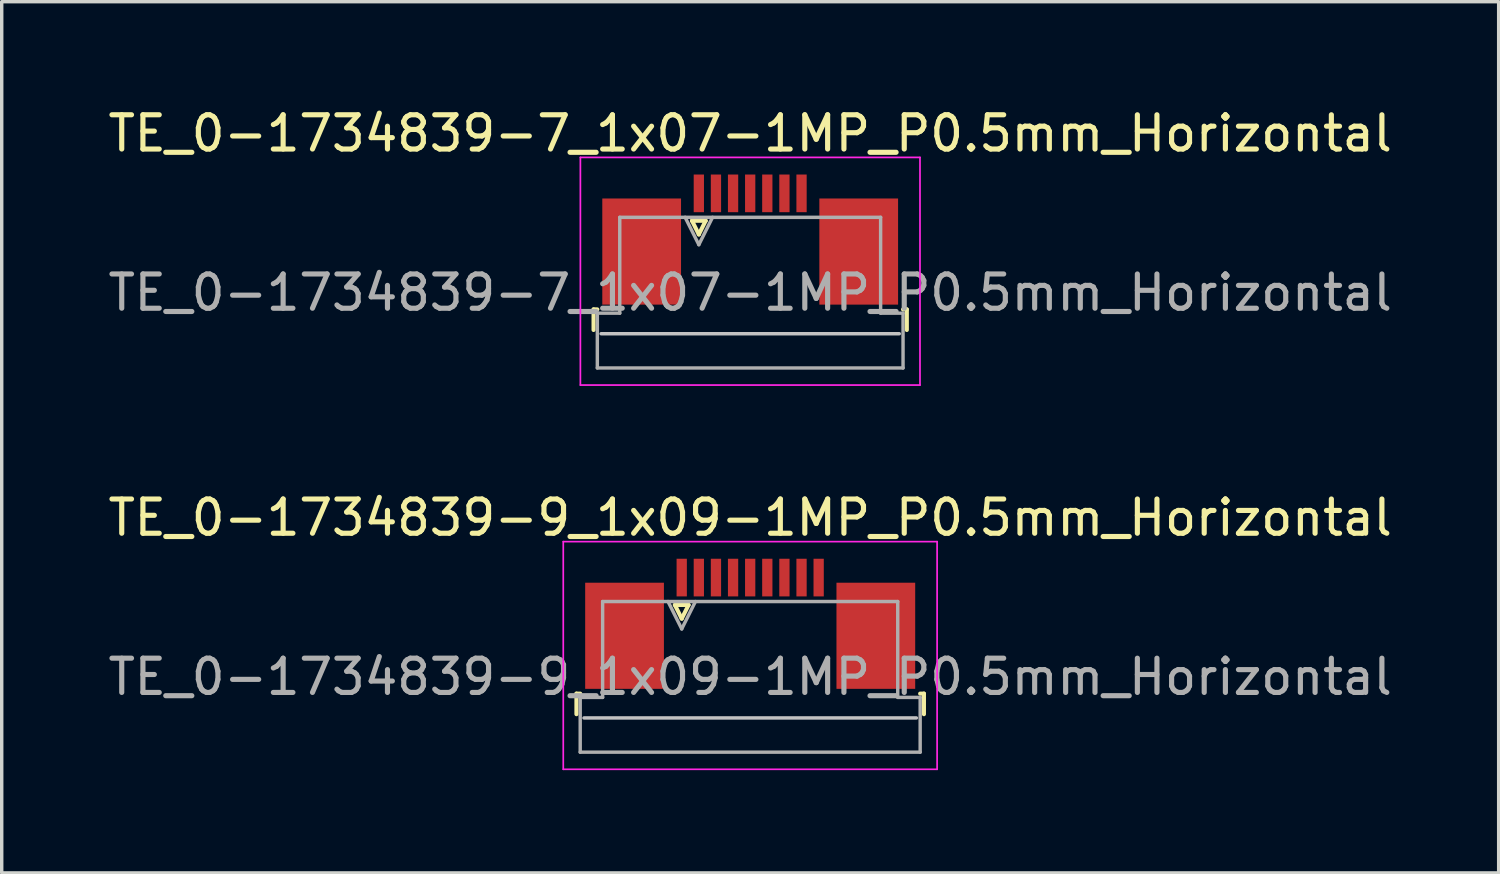
<source format=kicad_pcb>
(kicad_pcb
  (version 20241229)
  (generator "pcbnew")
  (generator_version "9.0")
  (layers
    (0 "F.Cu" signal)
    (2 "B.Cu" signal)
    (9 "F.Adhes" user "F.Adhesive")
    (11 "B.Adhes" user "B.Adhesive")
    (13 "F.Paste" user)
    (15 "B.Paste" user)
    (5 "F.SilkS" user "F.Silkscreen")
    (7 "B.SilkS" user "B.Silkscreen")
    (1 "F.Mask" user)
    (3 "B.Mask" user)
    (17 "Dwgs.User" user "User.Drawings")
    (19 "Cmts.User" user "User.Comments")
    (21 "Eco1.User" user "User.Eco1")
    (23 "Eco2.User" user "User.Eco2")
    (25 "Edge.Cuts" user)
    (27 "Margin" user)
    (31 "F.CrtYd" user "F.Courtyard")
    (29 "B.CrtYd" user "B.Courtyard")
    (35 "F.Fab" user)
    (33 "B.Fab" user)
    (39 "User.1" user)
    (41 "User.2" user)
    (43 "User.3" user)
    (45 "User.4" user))
  (footprint "TE_0-1734839-7_1x07-1MP_P0.5mm_Horizontal"
    (layer "F.Cu")
    (at 18.863 3.948)
    (property "Reference" "TE_0-1734839-7_1x07-1MP_P0.5mm_Horizontal" (at 0 -3.1 0) (layer "F.SilkS") (effects (font (size 1 1) (thickness 0.15))))
    (attr smd)
    (fp_line (start -4.575 2.04) (end -4.575 2.64) (stroke (width 0.12) (type solid)) (layer "F.SilkS"))
    (fp_line (start -4.465 2.04) (end -4.575 2.04) (stroke (width 0.12) (type solid)) (layer "F.SilkS"))
    (fp_line (start -1.7 -0.55) (end -1.5 -0.15) (stroke (width 0.12) (type solid)) (layer "F.SilkS"))
    (fp_line (start -1.5 -0.15) (end -1.3 -0.55) (stroke (width 0.12) (type solid)) (layer "F.SilkS"))
    (fp_line (start -1.3 -0.55) (end -1.7 -0.55) (stroke (width 0.12) (type solid)) (layer "F.SilkS"))
    (fp_line (start 4.465 2.04) (end 4.575 2.04) (stroke (width 0.12) (type solid)) (layer "F.SilkS"))
    (fp_line (start 4.575 2.04) (end 4.575 2.64) (stroke (width 0.12) (type solid)) (layer "F.SilkS"))
    (fp_line (start 4.355 2.75) (end -4.355 2.75) (stroke (width 0.1) (type solid)) (layer "Dwgs.User"))
    (fp_line (start -4.96 -2.4) (end -4.96 4.25) (stroke (width 0.05) (type solid)) (layer "F.CrtYd"))
    (fp_line (start -4.96 4.25) (end 4.96 4.25) (stroke (width 0.05) (type solid)) (layer "F.CrtYd"))
    (fp_line (start 4.96 -2.4) (end -4.96 -2.4) (stroke (width 0.05) (type solid)) (layer "F.CrtYd"))
    (fp_line (start 4.96 4.25) (end 4.96 -2.4) (stroke (width 0.05) (type solid)) (layer "F.CrtYd"))
    (fp_line (start -4.465 2.15) (end -3.81 2.15) (stroke (width 0.1) (type solid)) (layer "F.Fab"))
    (fp_line (start -4.465 3.75) (end -4.465 2.15) (stroke (width 0.1) (type solid)) (layer "F.Fab"))
    (fp_line (start -3.81 -0.65) (end 3.81 -0.65) (stroke (width 0.1) (type solid)) (layer "F.Fab"))
    (fp_line (start -3.81 2.15) (end -3.81 -0.65) (stroke (width 0.1) (type solid)) (layer "F.Fab"))
    (fp_line (start -1.9 -0.65) (end -1.5 0.15) (stroke (width 0.1) (type solid)) (layer "F.Fab"))
    (fp_line (start -1.5 0.15) (end -1.1 -0.65) (stroke (width 0.1) (type solid)) (layer "F.Fab"))
    (fp_line (start 3.81 -0.65) (end 3.81 2.15) (stroke (width 0.1) (type solid)) (layer "F.Fab"))
    (fp_line (start 3.81 2.15) (end 4.465 2.15) (stroke (width 0.1) (type solid)) (layer "F.Fab"))
    (fp_line (start 4.465 2.15) (end 4.465 3.75) (stroke (width 0.1) (type solid)) (layer "F.Fab"))
    (fp_line (start 4.465 3.75) (end -4.465 3.75) (stroke (width 0.1) (type solid)) (layer "F.Fab"))
    (fp_text user "${REFERENCE}" (at 0 1.55 0) (layer "F.Fab") (effects (font (size 1 1) (thickness 0.15))))
    (pad "1" smd rect (at -1.5 -1.35) (size 0.3 1.1) (layers "F.Cu" "F.Mask" "F.Paste"))
    (pad "2" smd rect (at -1 -1.35) (size 0.3 1.1) (layers "F.Cu" "F.Mask" "F.Paste"))
    (pad "3" smd rect (at -0.5 -1.35) (size 0.3 1.1) (layers "F.Cu" "F.Mask" "F.Paste"))
    (pad "4" smd rect (at 0 -1.35) (size 0.3 1.1) (layers "F.Cu" "F.Mask" "F.Paste"))
    (pad "5" smd rect (at 0.5 -1.35) (size 0.3 1.1) (layers "F.Cu" "F.Mask" "F.Paste"))
    (pad "6" smd rect (at 1 -1.35) (size 0.3 1.1) (layers "F.Cu" "F.Mask" "F.Paste"))
    (pad "7" smd rect (at 1.5 -1.35) (size 0.3 1.1) (layers "F.Cu" "F.Mask" "F.Paste"))
    (pad "MP" smd rect (at -3.17 0.35) (size 2.3 3.1) (layers "F.Cu" "F.Mask" "F.Paste"))
    (pad "MP" smd rect (at 3.17 0.35) (size 2.3 3.1) (layers "F.Cu" "F.Mask" "F.Paste")))
  (footprint "TE_0-1734839-9_1x09-1MP_P0.5mm_Horizontal"
    (layer "F.Cu")
    (at 18.863 15.171)
    (property "Reference" "TE_0-1734839-9_1x09-1MP_P0.5mm_Horizontal" (at 0 -3.1 0) (layer "F.SilkS") (effects (font (size 1 1) (thickness 0.15))))
    (attr smd)
    (fp_line (start -5.075 2.04) (end -5.075 2.64) (stroke (width 0.12) (type solid)) (layer "F.SilkS"))
    (fp_line (start -4.965 2.04) (end -5.075 2.04) (stroke (width 0.12) (type solid)) (layer "F.SilkS"))
    (fp_line (start -2.2 -0.55) (end -2 -0.15) (stroke (width 0.12) (type solid)) (layer "F.SilkS"))
    (fp_line (start -2 -0.15) (end -1.8 -0.55) (stroke (width 0.12) (type solid)) (layer "F.SilkS"))
    (fp_line (start -1.8 -0.55) (end -2.2 -0.55) (stroke (width 0.12) (type solid)) (layer "F.SilkS"))
    (fp_line (start 4.965 2.04) (end 5.075 2.04) (stroke (width 0.12) (type solid)) (layer "F.SilkS"))
    (fp_line (start 5.075 2.04) (end 5.075 2.64) (stroke (width 0.12) (type solid)) (layer "F.SilkS"))
    (fp_line (start 4.855 2.75) (end -4.855 2.75) (stroke (width 0.1) (type solid)) (layer "Dwgs.User"))
    (fp_line (start -5.46 -2.4) (end -5.46 4.25) (stroke (width 0.05) (type solid)) (layer "F.CrtYd"))
    (fp_line (start -5.46 4.25) (end 5.46 4.25) (stroke (width 0.05) (type solid)) (layer "F.CrtYd"))
    (fp_line (start 5.46 -2.4) (end -5.46 -2.4) (stroke (width 0.05) (type solid)) (layer "F.CrtYd"))
    (fp_line (start 5.46 4.25) (end 5.46 -2.4) (stroke (width 0.05) (type solid)) (layer "F.CrtYd"))
    (fp_line (start -4.965 2.15) (end -4.31 2.15) (stroke (width 0.1) (type solid)) (layer "F.Fab"))
    (fp_line (start -4.965 3.75) (end -4.965 2.15) (stroke (width 0.1) (type solid)) (layer "F.Fab"))
    (fp_line (start -4.31 -0.65) (end 4.31 -0.65) (stroke (width 0.1) (type solid)) (layer "F.Fab"))
    (fp_line (start -4.31 2.15) (end -4.31 -0.65) (stroke (width 0.1) (type solid)) (layer "F.Fab"))
    (fp_line (start -2.4 -0.65) (end -2 0.15) (stroke (width 0.1) (type solid)) (layer "F.Fab"))
    (fp_line (start -2 0.15) (end -1.6 -0.65) (stroke (width 0.1) (type solid)) (layer "F.Fab"))
    (fp_line (start 4.31 -0.65) (end 4.31 2.15) (stroke (width 0.1) (type solid)) (layer "F.Fab"))
    (fp_line (start 4.31 2.15) (end 4.965 2.15) (stroke (width 0.1) (type solid)) (layer "F.Fab"))
    (fp_line (start 4.965 2.15) (end 4.965 3.75) (stroke (width 0.1) (type solid)) (layer "F.Fab"))
    (fp_line (start 4.965 3.75) (end -4.965 3.75) (stroke (width 0.1) (type solid)) (layer "F.Fab"))
    (fp_text user "${REFERENCE}" (at 0 1.55 0) (layer "F.Fab") (effects (font (size 1 1) (thickness 0.15))))
    (pad "1" smd rect (at -2 -1.35) (size 0.3 1.1) (layers "F.Cu" "F.Mask" "F.Paste"))
    (pad "2" smd rect (at -1.5 -1.35) (size 0.3 1.1) (layers "F.Cu" "F.Mask" "F.Paste"))
    (pad "3" smd rect (at -1 -1.35) (size 0.3 1.1) (layers "F.Cu" "F.Mask" "F.Paste"))
    (pad "4" smd rect (at -0.5 -1.35) (size 0.3 1.1) (layers "F.Cu" "F.Mask" "F.Paste"))
    (pad "5" smd rect (at 0 -1.35) (size 0.3 1.1) (layers "F.Cu" "F.Mask" "F.Paste"))
    (pad "6" smd rect (at 0.5 -1.35) (size 0.3 1.1) (layers "F.Cu" "F.Mask" "F.Paste"))
    (pad "7" smd rect (at 1 -1.35) (size 0.3 1.1) (layers "F.Cu" "F.Mask" "F.Paste"))
    (pad "8" smd rect (at 1.5 -1.35) (size 0.3 1.1) (layers "F.Cu" "F.Mask" "F.Paste"))
    (pad "9" smd rect (at 2 -1.35) (size 0.3 1.1) (layers "F.Cu" "F.Mask" "F.Paste"))
    (pad "MP" smd rect (at -3.67 0.35) (size 2.3 3.1) (layers "F.Cu" "F.Mask" "F.Paste"))
    (pad "MP" smd rect (at 3.67 0.35) (size 2.3 3.1) (layers "F.Cu" "F.Mask" "F.Paste")))
  (gr_rect
    (start -3 -3)
    (end 40.726 22.447)
    (stroke (width 0.1) (type default))
    (fill no)
    (layer "Edge.Cuts")))
</source>
